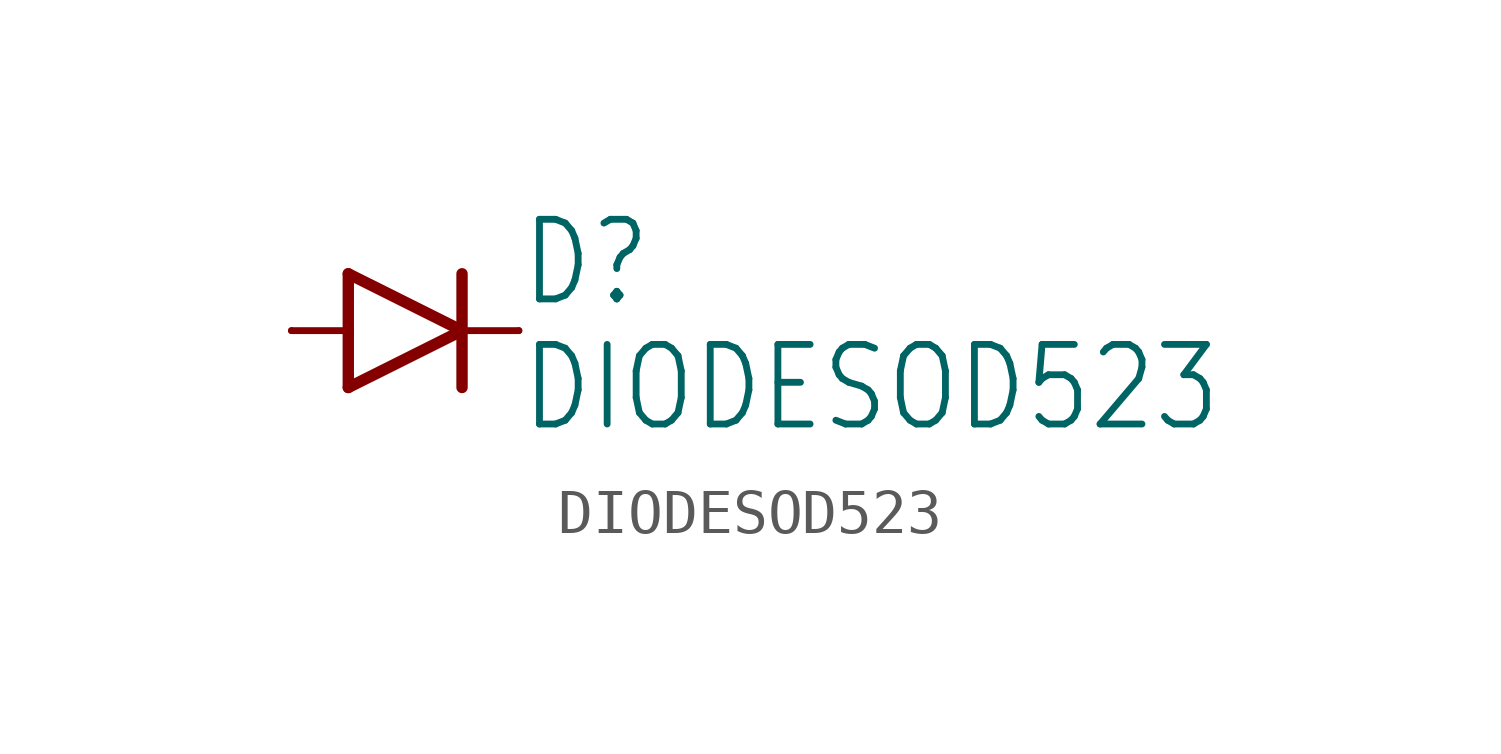
<source format=kicad_sym>
(kicad_symbol_lib
  (version 20220914)
  (generator kicad_symbol_editor)
  (symbol "DIODESOD523"
    (property "Reference" "D"
      (at 2.54 0.483 0)
      (effects (font (size 1.778 1.511)) (justify left bottom)))
    (property "Value" "DIODESOD523"
      (at 2.54 -2.311 0)
      (effects (font (size 1.778 1.511)) (justify left bottom)))
    (property "ki_locked" ""
      (at 0 0 0)
      (effects (font (size 1.27 1.27))))
    (symbol "DIODESOD523_1_0"
      (polyline (pts (xy -2.54 0) (xy -1.27 0)) (stroke (width 0.152) (type default)) (fill (type none)))
      (polyline (pts (xy -1.27 -1.27) (xy 1.27 0)) (stroke (width 0.254) (type default)) (fill (type none)))
      (polyline (pts (xy -1.27 0) (xy -1.27 -1.27)) (stroke (width 0.254) (type default)) (fill (type none)))
      (polyline (pts (xy -1.27 1.27) (xy -1.27 0)) (stroke (width 0.254) (type default)) (fill (type none)))
      (polyline (pts (xy 1.27 0) (xy -1.27 1.27)) (stroke (width 0.254) (type default)) (fill (type none)))
      (polyline (pts (xy 1.27 0) (xy 1.27 -1.27)) (stroke (width 0.254) (type default)) (fill (type none)))
      (polyline (pts (xy 1.27 1.27) (xy 1.27 0)) (stroke (width 0.254) (type default)) (fill (type none)))
      (polyline (pts (xy 2.54 0) (xy 1.27 0)) (stroke (width 0.152) (type default)) (fill (type none)))
      (pin passive line (at -2.54 0 0) (length 0) (name "A" (effects (font (size 0 0)))) (number "A" (effects (font (size 0 0)))))
      (pin passive line (at 2.54 0 180) (length 0) (name "C" (effects (font (size 0 0)))) (number "C" (effects (font (size 0 0))))))))
</source>
